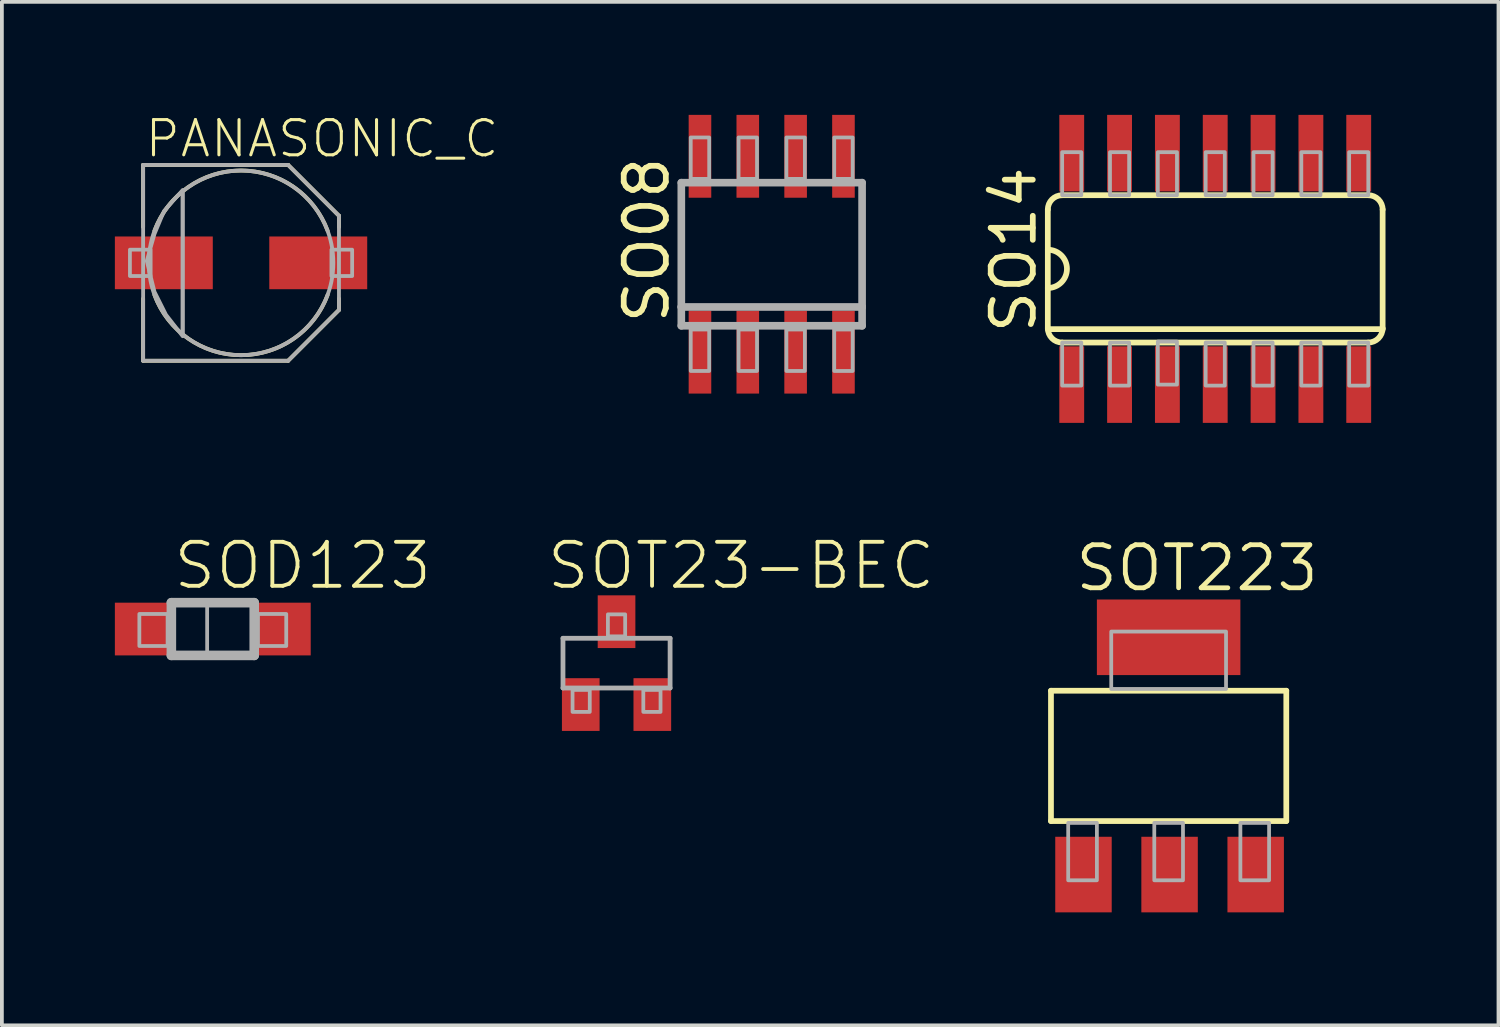
<source format=kicad_pcb>
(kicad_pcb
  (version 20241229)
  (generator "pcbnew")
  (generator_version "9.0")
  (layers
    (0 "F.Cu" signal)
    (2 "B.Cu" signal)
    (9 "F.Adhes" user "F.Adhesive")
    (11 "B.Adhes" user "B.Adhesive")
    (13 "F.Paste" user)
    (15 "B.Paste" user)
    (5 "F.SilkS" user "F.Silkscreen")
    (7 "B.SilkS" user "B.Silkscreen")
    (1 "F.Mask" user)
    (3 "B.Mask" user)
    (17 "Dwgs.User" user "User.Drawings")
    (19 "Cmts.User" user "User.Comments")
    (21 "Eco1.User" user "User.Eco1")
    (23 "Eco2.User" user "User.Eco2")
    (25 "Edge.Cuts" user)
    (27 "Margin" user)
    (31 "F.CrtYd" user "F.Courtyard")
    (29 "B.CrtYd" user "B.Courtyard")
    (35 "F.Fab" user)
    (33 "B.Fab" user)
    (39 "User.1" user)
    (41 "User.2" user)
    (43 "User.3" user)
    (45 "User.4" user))
  (footprint "SOT23-BEC"
    (layer "F.Cu")
    (at 13.32 14.557)
    (property "Reference" "SOT23-BEC" (at -1.905 -1.905 0) (layer "F.SilkS") (effects (font (size 1.168 1.168) (thickness 0.102)) (justify left bottom)))
    (fp_line (start -1.422 -0.66) (end 1.422 -0.66) (stroke (width 0.127) (type solid)) (layer "F.Fab"))
    (fp_line (start -1.422 0.66) (end -1.422 -0.66) (stroke (width 0.127) (type solid)) (layer "F.Fab"))
    (fp_line (start 1.422 -0.66) (end 1.422 0.66) (stroke (width 0.127) (type solid)) (layer "F.Fab"))
    (fp_line (start 1.422 0.66) (end -1.422 0.66) (stroke (width 0.127) (type solid)) (layer "F.Fab"))
    (fp_poly (pts (xy -1.168 1.295) (xy -0.711 1.295) (xy -0.711 0.711) (xy -1.168 0.711)) (stroke (width 0.1) (type solid)) (fill no) (layer "F.Fab"))
    (fp_poly (pts (xy -0.229 -0.711) (xy 0.229 -0.711) (xy 0.229 -1.295) (xy -0.229 -1.295)) (stroke (width 0.1) (type solid)) (fill no) (layer "F.Fab"))
    (fp_poly (pts (xy 0.711 1.295) (xy 1.168 1.295) (xy 1.168 0.711) (xy 0.711 0.711)) (stroke (width 0.1) (type solid)) (fill no) (layer "F.Fab"))
    (pad "B" smd rect (at -0.95 1.1) (size 1 1.4) (layers "F.Cu" "F.Mask" "F.Paste"))
    (pad "C" smd rect (at 0 -1.1) (size 1 1.4) (layers "F.Cu" "F.Mask" "F.Paste"))
    (pad "E" smd rect (at 0.95 1.1) (size 1 1.4) (layers "F.Cu" "F.Mask" "F.Paste")))
  (footprint "PANASONIC_C"
    (layer "F.Cu")
    (at 3.35 3.929)
    (property "Reference" "PANASONIC_C" (at -2.6 -2.75 0) (layer "F.SilkS") (effects (font (size 0.935 0.935) (thickness 0.081)) (justify left bottom)))
    (fp_line (start -2.6 -2.6) (end 1.25 -2.6) (stroke (width 0.102) (type solid)) (layer "F.SilkS"))
    (fp_line (start -2.6 -0.95) (end -2.6 -2.6) (stroke (width 0.102) (type solid)) (layer "F.SilkS"))
    (fp_line (start -2.6 2.6) (end -2.6 0.95) (stroke (width 0.102) (type solid)) (layer "F.SilkS"))
    (fp_line (start 1.25 -2.6) (end 2.6 -1.25) (stroke (width 0.102) (type solid)) (layer "F.SilkS"))
    (fp_line (start 1.25 2.6) (end -2.6 2.6) (stroke (width 0.102) (type solid)) (layer "F.SilkS"))
    (fp_line (start 2.6 -1.25) (end 2.6 -0.95) (stroke (width 0.102) (type solid)) (layer "F.SilkS"))
    (fp_line (start 2.6 0.95) (end 2.6 1.25) (stroke (width 0.102) (type solid)) (layer "F.SilkS"))
    (fp_line (start 2.6 1.25) (end 1.25 2.6) (stroke (width 0.102) (type solid)) (layer "F.SilkS"))
    (fp_arc (start -2.3 -0.85) (mid 0 -2.45204) (end 2.3 -0.85) (stroke (width 0.1016) (type solid)) (layer "F.SilkS"))
    (fp_arc (start 2.3 0.85) (mid 0 2.45204) (end -2.3 0.85) (stroke (width 0.1016) (type solid)) (layer "F.SilkS"))
    (fp_line (start -2.6 -2.6) (end 1.25 -2.6) (stroke (width 0.102) (type solid)) (layer "F.Fab"))
    (fp_line (start -2.6 2.6) (end -2.6 -2.6) (stroke (width 0.102) (type solid)) (layer "F.Fab"))
    (fp_line (start -1.55 -1.85) (end -1.55 1.85) (stroke (width 0.102) (type solid)) (layer "F.Fab"))
    (fp_line (start 1.25 -2.6) (end 2.6 -1.25) (stroke (width 0.102) (type solid)) (layer "F.Fab"))
    (fp_line (start 1.25 2.6) (end -2.6 2.6) (stroke (width 0.102) (type solid)) (layer "F.Fab"))
    (fp_line (start 2.6 -1.25) (end 2.6 1.25) (stroke (width 0.102) (type solid)) (layer "F.Fab"))
    (fp_line (start 2.6 1.25) (end 1.25 2.6) (stroke (width 0.102) (type solid)) (layer "F.Fab"))
    (fp_circle (center 0 0) (end 2.45 0) (stroke (width 0.102) (type solid)) (fill no) (layer "F.Fab"))
    (fp_poly (pts (xy -2.95 0.35) (xy -2.4 0.35) (xy -2.4 -0.35) (xy -2.95 -0.35)) (stroke (width 0.1) (type solid)) (fill no) (layer "F.Fab"))
    (fp_poly (pts (xy 2.4 0.35) (xy 2.95 0.35) (xy 2.95 -0.35) (xy 2.4 -0.35)) (stroke (width 0.1) (type solid)) (fill no) (layer "F.Fab"))
    (fp_poly (pts (xy -1.549 1.948) (xy -1.993 1.377) (xy -2.298 0.768) (xy -2.503 -0.051) (xy -2.298 -0.767) (xy -2.044 -1.377) (xy -1.549 -1.934)) (stroke (width 0.1) (type solid)) (fill no) (layer "F.Fab"))
    (pad "+" smd rect (at 2.05 0) (size 2.6 1.4) (layers "F.Cu" "F.Mask" "F.Paste"))
    (pad "-" smd rect (at -2.05 0) (size 2.6 1.4) (layers "F.Cu" "F.Mask" "F.Paste")))
  (footprint "SOD123"
    (layer "F.Cu")
    (at 2.6 13.652)
    (property "Reference" "SOD123" (at -1.1 -1 0) (layer "F.SilkS") (effects (font (size 1.168 1.168) (thickness 0.102)) (justify left bottom)))
    (fp_line (start -1.1 -0.7) (end 1.1 -0.7) (stroke (width 0.254) (type solid)) (layer "F.Fab"))
    (fp_line (start -1.1 0.7) (end -1.1 -0.7) (stroke (width 0.254) (type solid)) (layer "F.Fab"))
    (fp_line (start 1.1 -0.7) (end 1.1 0.7) (stroke (width 0.254) (type solid)) (layer "F.Fab"))
    (fp_line (start 1.1 0.7) (end -1.1 0.7) (stroke (width 0.254) (type solid)) (layer "F.Fab"))
    (fp_poly (pts (xy -1.95 0.45) (xy -1.2 0.45) (xy -1.2 -0.4) (xy -1.95 -0.4)) (stroke (width 0.1) (type solid)) (fill no) (layer "F.Fab"))
    (fp_poly (pts (xy -1.05 0.65) (xy -0.15 0.65) (xy -0.15 -0.7) (xy -1.05 -0.7)) (stroke (width 0.1) (type solid)) (fill no) (layer "F.Fab"))
    (fp_poly (pts (xy 1.2 0.45) (xy 1.95 0.45) (xy 1.95 -0.4) (xy 1.2 -0.4)) (stroke (width 0.1) (type solid)) (fill no) (layer "F.Fab"))
    (pad "A" smd rect (at 1.9 0) (size 1.4 1.4) (layers "F.Cu" "F.Mask" "F.Paste"))
    (pad "C" smd rect (at -1.9 0) (size 1.4 1.4) (layers "F.Cu" "F.Mask" "F.Paste")))
  (footprint "SO14"
    (layer "F.Cu")
    (at 29.216 4.089)
    (property "Reference" "SO14" (at -4.699 1.778 90) (layer "F.SilkS") (effects (font (size 1.118 1.118) (thickness 0.152)) (justify left bottom)))
    (fp_line (start -4.445 -1.575) (end -4.445 1.575) (stroke (width 0.152) (type solid)) (layer "F.SilkS"))
    (fp_line (start -4.445 1.6) (end 4.445 1.6) (stroke (width 0.152) (type solid)) (layer "F.SilkS"))
    (fp_line (start -4.064 1.956) (end 4.064 1.956) (stroke (width 0.152) (type solid)) (layer "F.SilkS"))
    (fp_line (start 4.064 -1.956) (end -4.064 -1.956) (stroke (width 0.152) (type solid)) (layer "F.SilkS"))
    (fp_line (start 4.445 1.575) (end 4.445 -1.575) (stroke (width 0.152) (type solid)) (layer "F.SilkS"))
    (fp_arc (start -4.445 -1.5748) (mid -4.333408 -1.844208) (end -4.064 -1.9558) (stroke (width 0.1524) (type solid)) (layer "F.SilkS"))
    (fp_arc (start -4.445 -0.508) (mid -3.937 0) (end -4.445 0.508) (stroke (width 0.1524) (type solid)) (layer "F.SilkS"))
    (fp_arc (start -4.064 1.9558) (mid -4.333408 1.844208) (end -4.445 1.5748) (stroke (width 0.1524) (type solid)) (layer "F.SilkS"))
    (fp_arc (start 4.064 -1.9558) (mid 4.333408 -1.844208) (end 4.445 -1.5748) (stroke (width 0.1524) (type solid)) (layer "F.SilkS"))
    (fp_arc (start 4.445 1.5748) (mid 4.333408 1.844208) (end 4.064 1.9558) (stroke (width 0.1524) (type solid)) (layer "F.SilkS"))
    (fp_poly (pts (xy -4.064 -1.956) (xy -3.556 -1.956) (xy -3.556 -3.099) (xy -4.064 -3.099)) (stroke (width 0.1) (type solid)) (fill no) (layer "F.Fab"))
    (fp_poly (pts (xy -4.064 3.099) (xy -3.556 3.099) (xy -3.556 1.956) (xy -4.064 1.956)) (stroke (width 0.1) (type solid)) (fill no) (layer "F.Fab"))
    (fp_poly (pts (xy -2.794 -1.956) (xy -2.286 -1.956) (xy -2.286 -3.099) (xy -2.794 -3.099)) (stroke (width 0.1) (type solid)) (fill no) (layer "F.Fab"))
    (fp_poly (pts (xy -2.794 3.099) (xy -2.286 3.099) (xy -2.286 1.956) (xy -2.794 1.956)) (stroke (width 0.1) (type solid)) (fill no) (layer "F.Fab"))
    (fp_poly (pts (xy -1.524 -1.956) (xy -1.016 -1.956) (xy -1.016 -3.099) (xy -1.524 -3.099)) (stroke (width 0.1) (type solid)) (fill no) (layer "F.Fab"))
    (fp_poly (pts (xy -1.524 3.073) (xy -1.016 3.073) (xy -1.016 1.93) (xy -1.524 1.93)) (stroke (width 0.1) (type solid)) (fill no) (layer "F.Fab"))
    (fp_poly (pts (xy -0.254 -1.956) (xy 0.254 -1.956) (xy 0.254 -3.099) (xy -0.254 -3.099)) (stroke (width 0.1) (type solid)) (fill no) (layer "F.Fab"))
    (fp_poly (pts (xy -0.254 3.099) (xy 0.254 3.099) (xy 0.254 1.956) (xy -0.254 1.956)) (stroke (width 0.1) (type solid)) (fill no) (layer "F.Fab"))
    (fp_poly (pts (xy 1.016 -1.956) (xy 1.524 -1.956) (xy 1.524 -3.099) (xy 1.016 -3.099)) (stroke (width 0.1) (type solid)) (fill no) (layer "F.Fab"))
    (fp_poly (pts (xy 1.016 3.099) (xy 1.524 3.099) (xy 1.524 1.956) (xy 1.016 1.956)) (stroke (width 0.1) (type solid)) (fill no) (layer "F.Fab"))
    (fp_poly (pts (xy 2.286 -1.956) (xy 2.794 -1.956) (xy 2.794 -3.099) (xy 2.286 -3.099)) (stroke (width 0.1) (type solid)) (fill no) (layer "F.Fab"))
    (fp_poly (pts (xy 2.286 3.099) (xy 2.794 3.099) (xy 2.794 1.956) (xy 2.286 1.956)) (stroke (width 0.1) (type solid)) (fill no) (layer "F.Fab"))
    (fp_poly (pts (xy 3.556 -1.956) (xy 4.064 -1.956) (xy 4.064 -3.099) (xy 3.556 -3.099)) (stroke (width 0.1) (type solid)) (fill no) (layer "F.Fab"))
    (fp_poly (pts (xy 3.556 3.099) (xy 4.064 3.099) (xy 4.064 1.956) (xy 3.556 1.956)) (stroke (width 0.1) (type solid)) (fill no) (layer "F.Fab"))
    (pad "1" smd rect (at -3.81 3.073) (size 0.66 2.032) (layers "F.Cu" "F.Mask" "F.Paste"))
    (pad "2" smd rect (at -2.54 3.073) (size 0.66 2.032) (layers "F.Cu" "F.Mask" "F.Paste"))
    (pad "3" smd rect (at -1.27 3.073) (size 0.66 2.032) (layers "F.Cu" "F.Mask" "F.Paste"))
    (pad "4" smd rect (at 0 3.073) (size 0.66 2.032) (layers "F.Cu" "F.Mask" "F.Paste"))
    (pad "5" smd rect (at 1.27 3.073) (size 0.66 2.032) (layers "F.Cu" "F.Mask" "F.Paste"))
    (pad "6" smd rect (at 2.54 3.073) (size 0.66 2.032) (layers "F.Cu" "F.Mask" "F.Paste"))
    (pad "7" smd rect (at 3.81 3.073) (size 0.66 2.032) (layers "F.Cu" "F.Mask" "F.Paste"))
    (pad "8" smd rect (at 3.81 -3.073) (size 0.66 2.032) (layers "F.Cu" "F.Mask" "F.Paste"))
    (pad "9" smd rect (at 2.54 -3.073) (size 0.66 2.032) (layers "F.Cu" "F.Mask" "F.Paste"))
    (pad "10" smd rect (at 1.27 -3.073) (size 0.66 2.032) (layers "F.Cu" "F.Mask" "F.Paste"))
    (pad "11" smd rect (at 0 -3.073) (size 0.66 2.032) (layers "F.Cu" "F.Mask" "F.Paste"))
    (pad "12" smd rect (at -1.27 -3.073) (size 0.66 2.032) (layers "F.Cu" "F.Mask" "F.Paste"))
    (pad "13" smd rect (at -2.54 -3.073) (size 0.66 2.032) (layers "F.Cu" "F.Mask" "F.Paste"))
    (pad "14" smd rect (at -3.81 -3.073) (size 0.66 2.032) (layers "F.Cu" "F.Mask" "F.Paste")))
  (footprint "SOT223"
    (layer "F.Cu")
    (at 27.979 17.021)
    (property "Reference" "SOT223" (at -2.54 -4.318 0) (layer "F.SilkS") (effects (font (size 1.143 1.143) (thickness 0.127)) (justify left bottom)))
    (fp_line (start -3.124 -1.731) (end -3.124 1.729) (stroke (width 0.152) (type solid)) (layer "F.SilkS"))
    (fp_line (start -3.124 -1.731) (end 3.124 -1.731) (stroke (width 0.152) (type solid)) (layer "F.SilkS"))
    (fp_line (start 3.124 1.729) (end -3.124 1.729) (stroke (width 0.152) (type solid)) (layer "F.SilkS"))
    (fp_line (start 3.124 1.729) (end 3.124 -1.731) (stroke (width 0.152) (type solid)) (layer "F.SilkS"))
    (fp_poly (pts (xy -2.667 3.302) (xy -1.905 3.302) (xy -1.905 1.778) (xy -2.667 1.778)) (stroke (width 0.1) (type solid)) (fill no) (layer "F.Fab"))
    (fp_poly (pts (xy -1.524 -1.778) (xy 1.524 -1.778) (xy 1.524 -3.302) (xy -1.524 -3.302)) (stroke (width 0.1) (type solid)) (fill no) (layer "F.Fab"))
    (fp_poly (pts (xy -0.381 3.302) (xy 0.381 3.302) (xy 0.381 1.778) (xy -0.381 1.778)) (stroke (width 0.1) (type solid)) (fill no) (layer "F.Fab"))
    (fp_poly (pts (xy 1.905 3.302) (xy 2.667 3.302) (xy 2.667 1.778) (xy 1.905 1.778)) (stroke (width 0.1) (type solid)) (fill no) (layer "F.Fab"))
    (pad "1" smd rect (at -2.261 3.15) (size 1.499 2.007) (layers "F.Cu" "F.Mask" "F.Paste"))
    (pad "2" smd rect (at 0.025 3.15) (size 1.499 2.007) (layers "F.Cu" "F.Mask" "F.Paste"))
    (pad "3" smd rect (at 2.311 3.15) (size 1.499 2.007) (layers "F.Cu" "F.Mask" "F.Paste"))
    (pad "4" smd rect (at 0 -3.15) (size 3.81 2.007) (layers "F.Cu" "F.Mask" "F.Paste")))
  (footprint "SO08"
    (layer "F.Cu")
    (at 17.44 3.7)
    (property "Reference" "SO08" (at -2.667 1.905 90) (layer "F.SilkS") (effects (font (size 1.118 1.118) (thickness 0.152)) (justify left bottom)))
    (fp_line (start -2.4 -1.9) (end 2.4 -1.9) (stroke (width 0.203) (type solid)) (layer "F.Fab"))
    (fp_line (start -2.4 1.4) (end -2.4 -1.9) (stroke (width 0.203) (type solid)) (layer "F.Fab"))
    (fp_line (start -2.4 1.9) (end -2.4 1.4) (stroke (width 0.203) (type solid)) (layer "F.Fab"))
    (fp_line (start 2.4 -1.9) (end 2.4 1.4) (stroke (width 0.203) (type solid)) (layer "F.Fab"))
    (fp_line (start 2.4 1.4) (end -2.4 1.4) (stroke (width 0.203) (type solid)) (layer "F.Fab"))
    (fp_line (start 2.4 1.4) (end 2.4 1.9) (stroke (width 0.203) (type solid)) (layer "F.Fab"))
    (fp_line (start 2.4 1.9) (end -2.4 1.9) (stroke (width 0.203) (type solid)) (layer "F.Fab"))
    (fp_poly (pts (xy -2.15 -2) (xy -1.66 -2) (xy -1.66 -3.1) (xy -2.15 -3.1)) (stroke (width 0.1) (type solid)) (fill no) (layer "F.Fab"))
    (fp_poly (pts (xy -2.15 3.1) (xy -1.66 3.1) (xy -1.66 2) (xy -2.15 2)) (stroke (width 0.1) (type solid)) (fill no) (layer "F.Fab"))
    (fp_poly (pts (xy -0.88 -2) (xy -0.39 -2) (xy -0.39 -3.1) (xy -0.88 -3.1)) (stroke (width 0.1) (type solid)) (fill no) (layer "F.Fab"))
    (fp_poly (pts (xy -0.88 3.1) (xy -0.39 3.1) (xy -0.39 2) (xy -0.88 2)) (stroke (width 0.1) (type solid)) (fill no) (layer "F.Fab"))
    (fp_poly (pts (xy 0.39 -2) (xy 0.88 -2) (xy 0.88 -3.1) (xy 0.39 -3.1)) (stroke (width 0.1) (type solid)) (fill no) (layer "F.Fab"))
    (fp_poly (pts (xy 0.39 3.1) (xy 0.88 3.1) (xy 0.88 2) (xy 0.39 2)) (stroke (width 0.1) (type solid)) (fill no) (layer "F.Fab"))
    (fp_poly (pts (xy 1.66 -2) (xy 2.15 -2) (xy 2.15 -3.1) (xy 1.66 -3.1)) (stroke (width 0.1) (type solid)) (fill no) (layer "F.Fab"))
    (fp_poly (pts (xy 1.66 3.1) (xy 2.15 3.1) (xy 2.15 2) (xy 1.66 2)) (stroke (width 0.1) (type solid)) (fill no) (layer "F.Fab"))
    (pad "1" smd rect (at -1.905 2.6) (size 0.6 2.2) (layers "F.Cu" "F.Mask" "F.Paste"))
    (pad "2" smd rect (at -0.635 2.6) (size 0.6 2.2) (layers "F.Cu" "F.Mask" "F.Paste"))
    (pad "3" smd rect (at 0.635 2.6) (size 0.6 2.2) (layers "F.Cu" "F.Mask" "F.Paste"))
    (pad "4" smd rect (at 1.905 2.6) (size 0.6 2.2) (layers "F.Cu" "F.Mask" "F.Paste"))
    (pad "5" smd rect (at 1.905 -2.6) (size 0.6 2.2) (layers "F.Cu" "F.Mask" "F.Paste"))
    (pad "6" smd rect (at 0.635 -2.6) (size 0.6 2.2) (layers "F.Cu" "F.Mask" "F.Paste"))
    (pad "7" smd rect (at -0.635 -2.6) (size 0.6 2.2) (layers "F.Cu" "F.Mask" "F.Paste"))
    (pad "8" smd rect (at -1.905 -2.6) (size 0.6 2.2) (layers "F.Cu" "F.Mask" "F.Paste")))
  (gr_rect
    (start -3 -3)
    (end 36.737 24.174)
    (stroke (width 0.1) (type default))
    (fill no)
    (layer "Edge.Cuts")))
</source>
